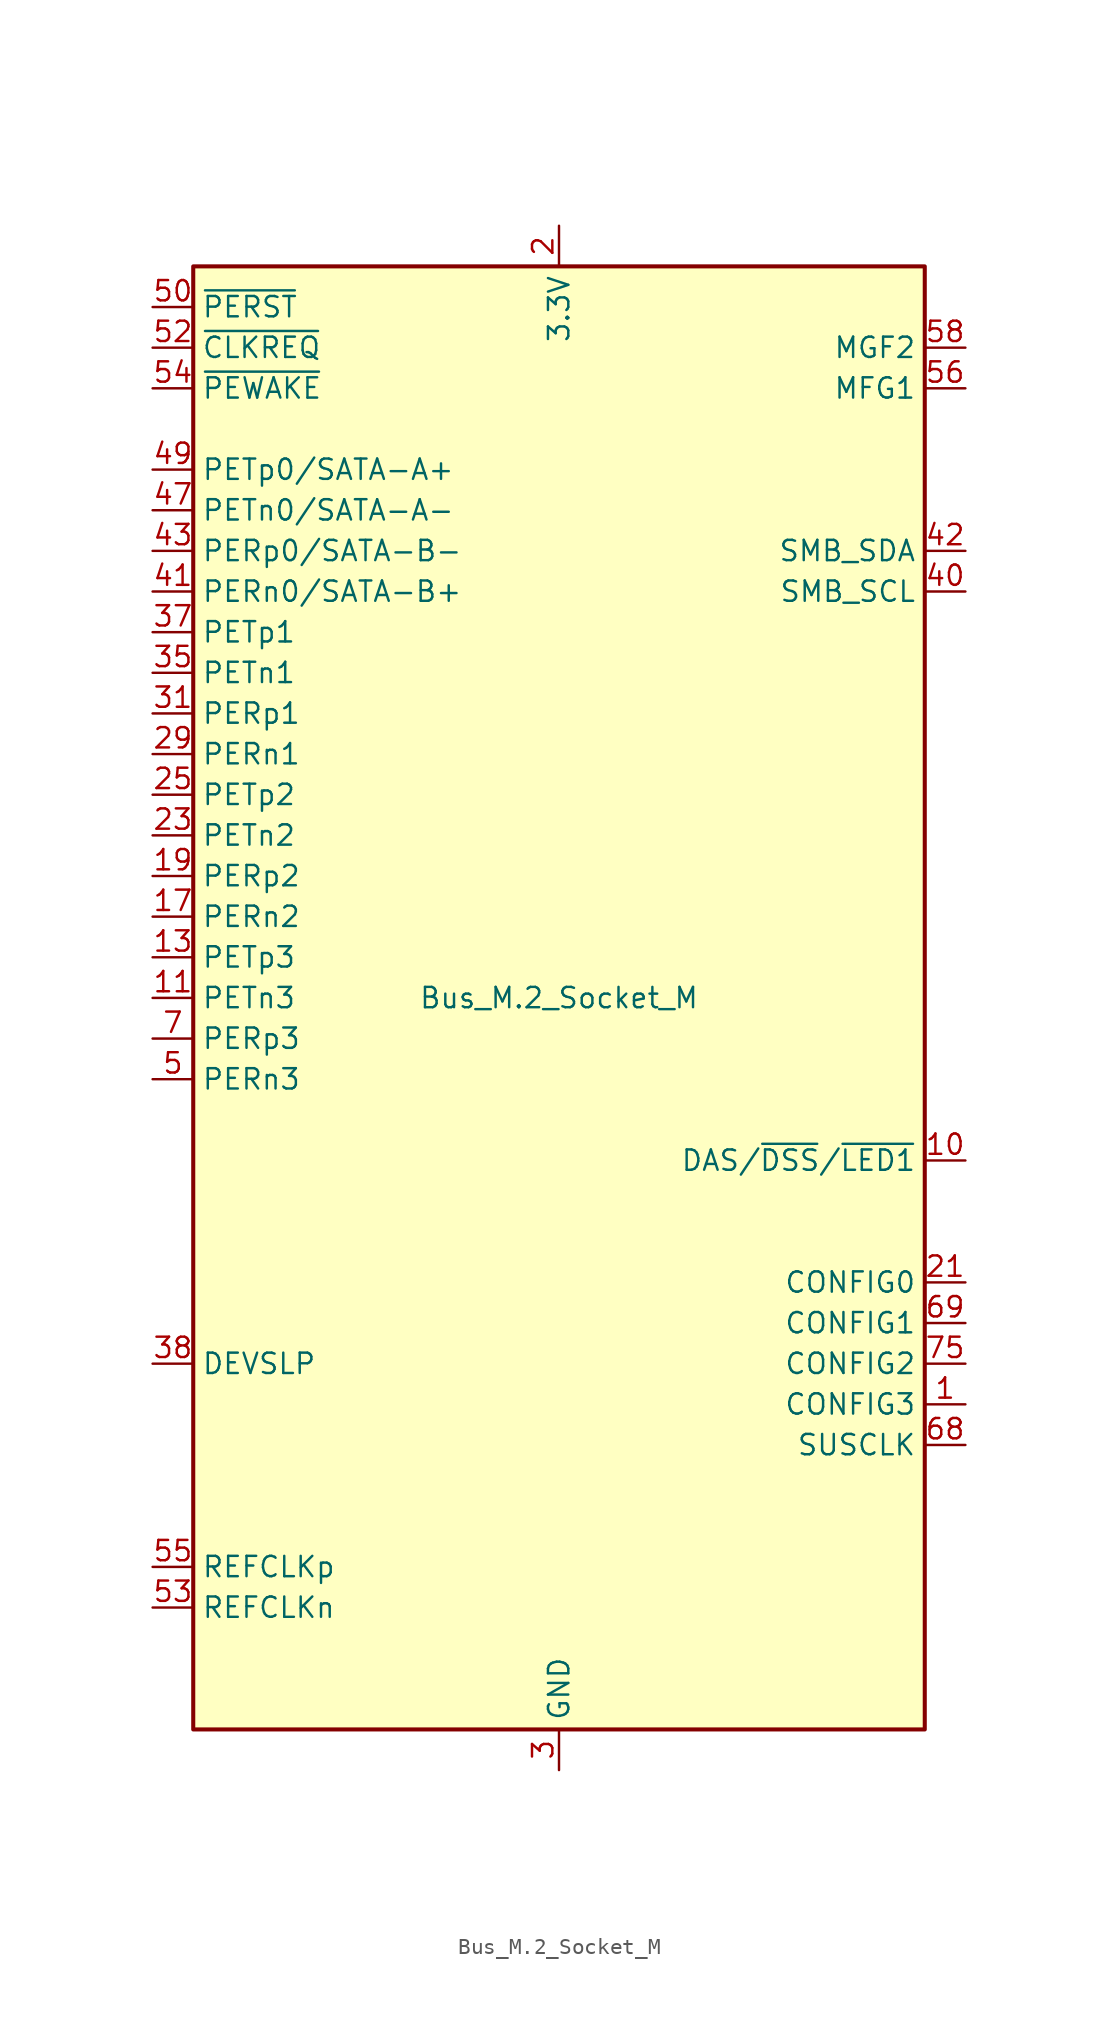
<source format=kicad_sym>
(kicad_symbol_lib
  (version 20241209)
  (generator "kicad_symbol_editor")
  (generator_version "9.0")
  (symbol "Bus_M.2_Socket_M"
    (property "Reference" "J29"
      (at 0 3.81 0)
      (effects (font (size 1.27 1.27)) (hide yes)))
    (property "Value" "Bus_M.2_Socket_M"
      (at 0 0 0)
      (effects (font (size 1.27 1.27))))
    (property "Description" ""
      (at 0 0 0)
      (effects (font (size 1.27 1.27))))
    (symbol "Bus_M.2_Socket_M_0_1"
      (rectangle (start -22.86 45.72) (end 22.86 -45.72) (stroke (width 0.254) (type default)) (fill (type background))))
    (symbol "Bus_M.2_Socket_M_1_1"
      (pin input line (at -25.4 43.18 0) (length 2.54) (name "~{PERST}" (effects (font (size 1.27 1.27)))) (number "50" (effects (font (size 1.27 1.27)))))
      (pin bidirectional line (at -25.4 40.64 0) (length 2.54) (name "~{CLKREQ}" (effects (font (size 1.27 1.27)))) (number "52" (effects (font (size 1.27 1.27)))))
      (pin bidirectional line (at -25.4 38.1 0) (length 2.54) (name "~{PEWAKE}" (effects (font (size 1.27 1.27)))) (number "54" (effects (font (size 1.27 1.27)))))
      (pin input line (at -25.4 33.02 0) (length 2.54) (name "PETp0/SATA-A+" (effects (font (size 1.27 1.27)))) (number "49" (effects (font (size 1.27 1.27)))))
      (pin input line (at -25.4 30.48 0) (length 2.54) (name "PETn0/SATA-A-" (effects (font (size 1.27 1.27)))) (number "47" (effects (font (size 1.27 1.27)))))
      (pin output line (at -25.4 27.94 0) (length 2.54) (name "PERp0/SATA-B-" (effects (font (size 1.27 1.27)))) (number "43" (effects (font (size 1.27 1.27)))))
      (pin output line (at -25.4 25.4 0) (length 2.54) (name "PERn0/SATA-B+" (effects (font (size 1.27 1.27)))) (number "41" (effects (font (size 1.27 1.27)))))
      (pin input line (at -25.4 22.86 0) (length 2.54) (name "PETp1" (effects (font (size 1.27 1.27)))) (number "37" (effects (font (size 1.27 1.27)))))
      (pin input line (at -25.4 20.32 0) (length 2.54) (name "PETn1" (effects (font (size 1.27 1.27)))) (number "35" (effects (font (size 1.27 1.27)))))
      (pin output line (at -25.4 17.78 0) (length 2.54) (name "PERp1" (effects (font (size 1.27 1.27)))) (number "31" (effects (font (size 1.27 1.27)))))
      (pin output line (at -25.4 15.24 0) (length 2.54) (name "PERn1" (effects (font (size 1.27 1.27)))) (number "29" (effects (font (size 1.27 1.27)))))
      (pin input line (at -25.4 12.7 0) (length 2.54) (name "PETp2" (effects (font (size 1.27 1.27)))) (number "25" (effects (font (size 1.27 1.27)))))
      (pin input line (at -25.4 10.16 0) (length 2.54) (name "PETn2" (effects (font (size 1.27 1.27)))) (number "23" (effects (font (size 1.27 1.27)))))
      (pin output line (at -25.4 7.62 0) (length 2.54) (name "PERp2" (effects (font (size 1.27 1.27)))) (number "19" (effects (font (size 1.27 1.27)))))
      (pin output line (at -25.4 5.08 0) (length 2.54) (name "PERn2" (effects (font (size 1.27 1.27)))) (number "17" (effects (font (size 1.27 1.27)))))
      (pin input line (at -25.4 2.54 0) (length 2.54) (name "PETp3" (effects (font (size 1.27 1.27)))) (number "13" (effects (font (size 1.27 1.27)))))
      (pin input line (at -25.4 0 0) (length 2.54) (name "PETn3" (effects (font (size 1.27 1.27)))) (number "11" (effects (font (size 1.27 1.27)))))
      (pin output line (at -25.4 -2.54 0) (length 2.54) (name "PERp3" (effects (font (size 1.27 1.27)))) (number "7" (effects (font (size 1.27 1.27)))))
      (pin output line (at -25.4 -5.08 0) (length 2.54) (name "PERn3" (effects (font (size 1.27 1.27)))) (number "5" (effects (font (size 1.27 1.27)))))
      (pin input line (at -25.4 -22.86 0) (length 2.54) (name "DEVSLP" (effects (font (size 1.27 1.27)))) (number "38" (effects (font (size 1.27 1.27)))))
      (pin input line (at -25.4 -35.56 0) (length 2.54) (name "REFCLKp" (effects (font (size 1.27 1.27)))) (number "55" (effects (font (size 1.27 1.27)))))
      (pin input line (at -25.4 -38.1 0) (length 2.54) (name "REFCLKn" (effects (font (size 1.27 1.27)))) (number "53" (effects (font (size 1.27 1.27)))))
      (pin power_in line (at 0 48.26 270) (length 2.54) (hide yes) (name "3.3V" (effects (font (size 1.27 1.27)))) (number "12" (effects (font (size 1.27 1.27)))))
      (pin power_in line (at 0 48.26 270) (length 2.54) (hide yes) (name "3.3V" (effects (font (size 1.27 1.27)))) (number "14" (effects (font (size 1.27 1.27)))))
      (pin power_in line (at 0 48.26 270) (length 2.54) (hide yes) (name "3.3V" (effects (font (size 1.27 1.27)))) (number "16" (effects (font (size 1.27 1.27)))))
      (pin power_in line (at 0 48.26 270) (length 2.54) (hide yes) (name "3.3V" (effects (font (size 1.27 1.27)))) (number "18" (effects (font (size 1.27 1.27)))))
      (pin power_in line (at 0 48.26 270) (length 2.54) (name "3.3V" (effects (font (size 1.27 1.27)))) (number "2" (effects (font (size 1.27 1.27)))))
      (pin power_in line (at 0 48.26 270) (length 2.54) (hide yes) (name "3.3V" (effects (font (size 1.27 1.27)))) (number "4" (effects (font (size 1.27 1.27)))))
      (pin power_in line (at 0 48.26 270) (length 2.54) (hide yes) (name "3.3V" (effects (font (size 1.27 1.27)))) (number "70" (effects (font (size 1.27 1.27)))))
      (pin power_in line (at 0 48.26 270) (length 2.54) (hide yes) (name "3.3V" (effects (font (size 1.27 1.27)))) (number "72" (effects (font (size 1.27 1.27)))))
      (pin power_in line (at 0 48.26 270) (length 2.54) (hide yes) (name "3.3V" (effects (font (size 1.27 1.27)))) (number "74" (effects (font (size 1.27 1.27)))))
      (pin power_in line (at 0 -48.26 90) (length 2.54) (hide yes) (name "GND" (effects (font (size 1.27 1.27)))) (number "15" (effects (font (size 1.27 1.27)))))
      (pin power_in line (at 0 -48.26 90) (length 2.54) (hide yes) (name "GND" (effects (font (size 1.27 1.27)))) (number "27" (effects (font (size 1.27 1.27)))))
      (pin power_in line (at 0 -48.26 90) (length 2.54) (name "GND" (effects (font (size 1.27 1.27)))) (number "3" (effects (font (size 1.27 1.27)))))
      (pin power_in line (at 0 -48.26 90) (length 2.54) (hide yes) (name "GND" (effects (font (size 1.27 1.27)))) (number "33" (effects (font (size 1.27 1.27)))))
      (pin power_in line (at 0 -48.26 90) (length 2.54) (hide yes) (name "GND" (effects (font (size 1.27 1.27)))) (number "39" (effects (font (size 1.27 1.27)))))
      (pin power_in line (at 0 -48.26 90) (length 2.54) (hide yes) (name "GND" (effects (font (size 1.27 1.27)))) (number "45" (effects (font (size 1.27 1.27)))))
      (pin power_in line (at 0 -48.26 90) (length 2.54) (hide yes) (name "GND" (effects (font (size 1.27 1.27)))) (number "51" (effects (font (size 1.27 1.27)))))
      (pin power_in line (at 0 -48.26 90) (length 2.54) (hide yes) (name "GND" (effects (font (size 1.27 1.27)))) (number "57" (effects (font (size 1.27 1.27)))))
      (pin power_in line (at 0 -48.26 90) (length 2.54) (hide yes) (name "GND" (effects (font (size 1.27 1.27)))) (number "71" (effects (font (size 1.27 1.27)))))
      (pin power_in line (at 0 -48.26 90) (length 2.54) (hide yes) (name "GND" (effects (font (size 1.27 1.27)))) (number "73" (effects (font (size 1.27 1.27)))))
      (pin power_in line (at 0 -48.26 90) (length 2.54) (hide yes) (name "GND" (effects (font (size 1.27 1.27)))) (number "9" (effects (font (size 1.27 1.27)))))
      (pin no_connect line (at 22.86 35.56 180) (length 2.54) (hide yes) (name "NC" (effects (font (size 1.27 1.27)))) (number "48" (effects (font (size 1.27 1.27)))))
      (pin no_connect line (at 22.86 33.02 180) (length 2.54) (hide yes) (name "NC" (effects (font (size 1.27 1.27)))) (number "46" (effects (font (size 1.27 1.27)))))
      (pin no_connect line (at 22.86 30.48 180) (length 2.54) (hide yes) (name "NC" (effects (font (size 1.27 1.27)))) (number "44" (effects (font (size 1.27 1.27)))))
      (pin no_connect line (at 22.86 22.86 180) (length 2.54) (hide yes) (name "NC" (effects (font (size 1.27 1.27)))) (number "36" (effects (font (size 1.27 1.27)))))
      (pin no_connect line (at 22.86 20.32 180) (length 2.54) (hide yes) (name "NC" (effects (font (size 1.27 1.27)))) (number "34" (effects (font (size 1.27 1.27)))))
      (pin no_connect line (at 22.86 17.78 180) (length 2.54) (hide yes) (name "NC" (effects (font (size 1.27 1.27)))) (number "32" (effects (font (size 1.27 1.27)))))
      (pin no_connect line (at 22.86 15.24 180) (length 2.54) (hide yes) (name "NC" (effects (font (size 1.27 1.27)))) (number "30" (effects (font (size 1.27 1.27)))))
      (pin no_connect line (at 22.86 12.7 180) (length 2.54) (hide yes) (name "NC" (effects (font (size 1.27 1.27)))) (number "28" (effects (font (size 1.27 1.27)))))
      (pin no_connect line (at 22.86 10.16 180) (length 2.54) (hide yes) (name "NC" (effects (font (size 1.27 1.27)))) (number "26" (effects (font (size 1.27 1.27)))))
      (pin no_connect line (at 22.86 7.62 180) (length 2.54) (hide yes) (name "NC" (effects (font (size 1.27 1.27)))) (number "24" (effects (font (size 1.27 1.27)))))
      (pin no_connect line (at 22.86 5.08 180) (length 2.54) (hide yes) (name "NC" (effects (font (size 1.27 1.27)))) (number "22" (effects (font (size 1.27 1.27)))))
      (pin no_connect line (at 22.86 2.54 180) (length 2.54) (hide yes) (name "NC" (effects (font (size 1.27 1.27)))) (number "20" (effects (font (size 1.27 1.27)))))
      (pin no_connect line (at 22.86 0 180) (length 2.54) (hide yes) (name "NC" (effects (font (size 1.27 1.27)))) (number "8" (effects (font (size 1.27 1.27)))))
      (pin no_connect line (at 22.86 -2.54 180) (length 2.54) (hide yes) (name "NC" (effects (font (size 1.27 1.27)))) (number "6" (effects (font (size 1.27 1.27)))))
      (pin no_connect line (at 22.86 -5.08 180) (length 2.54) (hide yes) (name "NC" (effects (font (size 1.27 1.27)))) (number "67" (effects (font (size 1.27 1.27)))))
      (pin passive line (at 25.4 40.64 180) (length 2.54) (name "MGF2" (effects (font (size 1.27 1.27)))) (number "58" (effects (font (size 1.27 1.27)))))
      (pin passive line (at 25.4 38.1 180) (length 2.54) (name "MFG1" (effects (font (size 1.27 1.27)))) (number "56" (effects (font (size 1.27 1.27)))))
      (pin bidirectional line (at 25.4 27.94 180) (length 2.54) (name "SMB_SDA" (effects (font (size 1.27 1.27)))) (number "42" (effects (font (size 1.27 1.27)))))
      (pin bidirectional line (at 25.4 25.4 180) (length 2.54) (name "SMB_SCL" (effects (font (size 1.27 1.27)))) (number "40" (effects (font (size 1.27 1.27)))))
      (pin bidirectional line (at 25.4 -10.16 180) (length 2.54) (name "DAS/~{DSS}/~{LED1}" (effects (font (size 1.27 1.27)))) (number "10" (effects (font (size 1.27 1.27)))))
      (pin passive line (at 25.4 -17.78 180) (length 2.54) (name "CONFIG0" (effects (font (size 1.27 1.27)))) (number "21" (effects (font (size 1.27 1.27)))))
      (pin passive line (at 25.4 -20.32 180) (length 2.54) (name "CONFIG1" (effects (font (size 1.27 1.27)))) (number "69" (effects (font (size 1.27 1.27)))))
      (pin passive line (at 25.4 -22.86 180) (length 2.54) (name "CONFIG2" (effects (font (size 1.27 1.27)))) (number "75" (effects (font (size 1.27 1.27)))))
      (pin passive line (at 25.4 -25.4 180) (length 2.54) (name "CONFIG3" (effects (font (size 1.27 1.27)))) (number "1" (effects (font (size 1.27 1.27)))))
      (pin input line (at 25.4 -27.94 180) (length 2.54) (name "SUSCLK" (effects (font (size 1.27 1.27)))) (number "68" (effects (font (size 1.27 1.27))))))))
</source>
